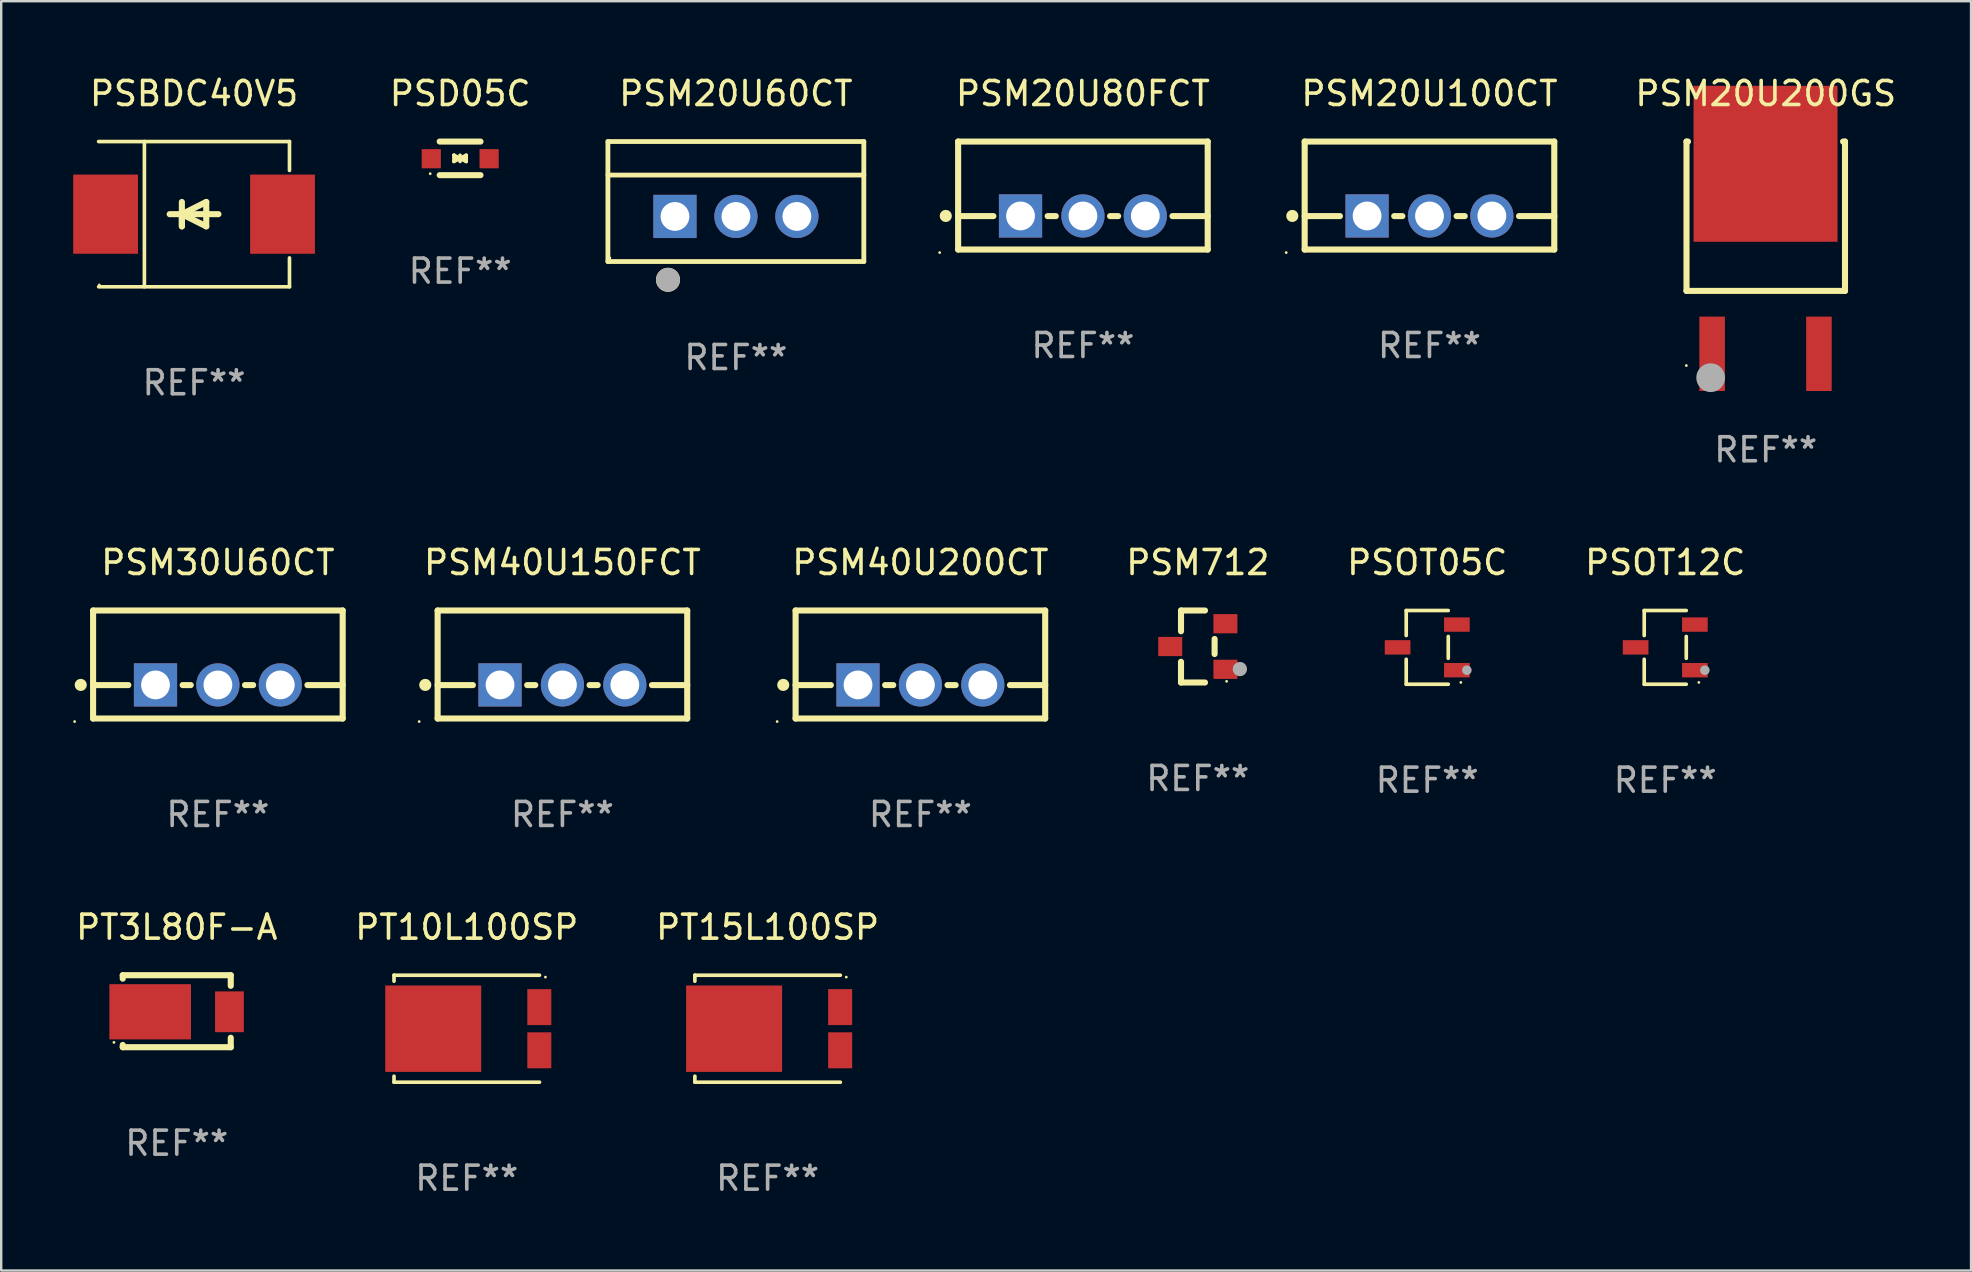
<source format=kicad_pcb>
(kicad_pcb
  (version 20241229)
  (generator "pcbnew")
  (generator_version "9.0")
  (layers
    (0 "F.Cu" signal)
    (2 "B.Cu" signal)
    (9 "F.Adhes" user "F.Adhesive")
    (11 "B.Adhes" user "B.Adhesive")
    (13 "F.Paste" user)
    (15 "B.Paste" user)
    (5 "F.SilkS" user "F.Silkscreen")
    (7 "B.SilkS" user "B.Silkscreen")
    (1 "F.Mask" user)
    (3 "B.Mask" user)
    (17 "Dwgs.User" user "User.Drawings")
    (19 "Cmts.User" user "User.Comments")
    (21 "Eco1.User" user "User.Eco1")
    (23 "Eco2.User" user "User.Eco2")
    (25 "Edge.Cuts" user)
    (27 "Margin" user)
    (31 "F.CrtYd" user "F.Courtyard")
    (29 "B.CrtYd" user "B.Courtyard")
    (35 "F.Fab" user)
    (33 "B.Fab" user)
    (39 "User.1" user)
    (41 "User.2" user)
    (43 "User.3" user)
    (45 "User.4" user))
  (footprint "PSM40U200CT"
    (layer "F.Cu")
    (at 35.301 24.639)
    (property "Reference" "PSM40U200CT" (at 0 -4.25 0) (layer "F.SilkS") (effects (font (size 1 1) (thickness 0.15))))
    (attr through_hole)
    (fp_line (start -5.2 -2.25) (end -5.2 2.25) (stroke (width 0.254) (type solid)) (layer "F.SilkS"))
    (fp_line (start -5.2 -2.25) (end 5.2 -2.25) (stroke (width 0.254) (type solid)) (layer "F.SilkS"))
    (fp_line (start -5.2 0.857) (end -3.731 0.857) (stroke (width 0.254) (type solid)) (layer "F.SilkS"))
    (fp_line (start -5.2 2.25) (end 5.2 2.25) (stroke (width 0.254) (type solid)) (layer "F.SilkS"))
    (fp_line (start -1.469 0.857) (end -1.131 0.857) (stroke (width 0.254) (type solid)) (layer "F.SilkS"))
    (fp_line (start 1.131 0.857) (end 1.469 0.857) (stroke (width 0.254) (type solid)) (layer "F.SilkS"))
    (fp_line (start 3.731 0.857) (end 5.2 0.857) (stroke (width 0.254) (type solid)) (layer "F.SilkS"))
    (fp_line (start 5.2 -2.25) (end 5.2 2.25) (stroke (width 0.254) (type solid)) (layer "F.SilkS"))
    (fp_circle (center -5.969 2.377) (end -5.939 2.377) (stroke (width 0.06) (type solid)) (fill no) (layer "F.SilkS"))
    (fp_circle (center -5.715 0.85) (end -5.588 0.85) (stroke (width 0.254) (type solid)) (fill no) (layer "F.SilkS"))
    (fp_text user "REF**" (at 0 6.25 0) (layer "F.Fab") (effects (font (size 1 1) (thickness 0.15))))
    (pad "1" thru_hole rect (at -2.6 0.85) (size 1.8 1.8) (drill 1.2) (layers "*.Cu" "*.Mask"))
    (pad "2" thru_hole circle (at 0 0.85) (size 1.8 1.8) (drill 1.2) (layers "*.Cu" "*.Mask"))
    (pad "3" thru_hole circle (at 2.6 0.85) (size 1.8 1.8) (drill 1.2) (layers "*.Cu" "*.Mask")))
  (footprint "PSM30U60CT"
    (layer "F.Cu")
    (at 6.029 24.639)
    (property "Reference" "PSM30U60CT" (at 0 -4.25 0) (layer "F.SilkS") (effects (font (size 1 1) (thickness 0.15))))
    (attr through_hole)
    (fp_line (start -5.2 -2.25) (end -5.2 2.25) (stroke (width 0.254) (type solid)) (layer "F.SilkS"))
    (fp_line (start -5.2 -2.25) (end 5.2 -2.25) (stroke (width 0.254) (type solid)) (layer "F.SilkS"))
    (fp_line (start -5.2 0.857) (end -3.731 0.857) (stroke (width 0.254) (type solid)) (layer "F.SilkS"))
    (fp_line (start -5.2 2.25) (end 5.2 2.25) (stroke (width 0.254) (type solid)) (layer "F.SilkS"))
    (fp_line (start -1.469 0.857) (end -1.131 0.857) (stroke (width 0.254) (type solid)) (layer "F.SilkS"))
    (fp_line (start 1.131 0.857) (end 1.469 0.857) (stroke (width 0.254) (type solid)) (layer "F.SilkS"))
    (fp_line (start 3.731 0.857) (end 5.2 0.857) (stroke (width 0.254) (type solid)) (layer "F.SilkS"))
    (fp_line (start 5.2 -2.25) (end 5.2 2.25) (stroke (width 0.254) (type solid)) (layer "F.SilkS"))
    (fp_circle (center -5.969 2.377) (end -5.939 2.377) (stroke (width 0.06) (type solid)) (fill no) (layer "F.SilkS"))
    (fp_circle (center -5.715 0.85) (end -5.588 0.85) (stroke (width 0.254) (type solid)) (fill no) (layer "F.SilkS"))
    (fp_text user "REF**" (at 0 6.25 0) (layer "F.Fab") (effects (font (size 1 1) (thickness 0.15))))
    (pad "1" thru_hole rect (at -2.6 0.85) (size 1.8 1.8) (drill 1.2) (layers "*.Cu" "*.Mask"))
    (pad "2" thru_hole circle (at 0 0.85) (size 1.8 1.8) (drill 1.2) (layers "*.Cu" "*.Mask"))
    (pad "3" thru_hole circle (at 2.6 0.85) (size 1.8 1.8) (drill 1.2) (layers "*.Cu" "*.Mask")))
  (footprint "PT15L100SP"
    (layer "F.Cu")
    (at 28.935 39.814)
    (property "Reference" "PT15L100SP" (at 0 -4.229 0) (layer "F.SilkS") (effects (font (size 1 1) (thickness 0.15))))
    (attr through_hole)
    (fp_line (start -3.031 -2.229) (end -3.031 -1.98) (stroke (width 0.152) (type solid)) (layer "F.SilkS"))
    (fp_line (start -3.031 1.98) (end -3.031 2.229) (stroke (width 0.152) (type solid)) (layer "F.SilkS"))
    (fp_line (start 3.031 -2.229) (end -3.031 -2.229) (stroke (width 0.152) (type solid)) (layer "F.SilkS"))
    (fp_line (start 3.031 2.229) (end -3.031 2.229) (stroke (width 0.152) (type solid)) (layer "F.SilkS"))
    (fp_circle (center 3.278 -2.15) (end 3.308 -2.15) (stroke (width 0.06) (type solid)) (fill no) (layer "F.SilkS"))
    (fp_text user "REF**" (at 0 6.229 0) (layer "F.Fab") (effects (font (size 1 1) (thickness 0.15))))
    (pad "1" smd rect (at 3.023 -0.9) (size 1 1.5) (layers "F.Cu" "F.Mask" "F.Paste"))
    (pad "2" smd rect (at 3.023 0.9) (size 1 1.5) (layers "F.Cu" "F.Mask" "F.Paste"))
    (pad "3" smd rect (at -1.397 0) (size 4 3.6) (layers "F.Cu" "F.Mask" "F.Paste")))
  (footprint "PSM20U200GS"
    (layer "F.Cu")
    (at 70.525 7.27)
    (property "Reference" "PSM20U200GS" (at 0 -6.422 0) (layer "F.SilkS") (effects (font (size 1 1) (thickness 0.15))))
    (attr through_hole)
    (fp_line (start -3.302 -4.422) (end -3.302 1.801) (stroke (width 0.254) (type solid)) (layer "F.SilkS"))
    (fp_line (start -3.302 1.801) (end 3.302 1.801) (stroke (width 0.254) (type solid)) (layer "F.SilkS"))
    (fp_line (start -3.24 -4.422) (end -3.302 -4.422) (stroke (width 0.254) (type solid)) (layer "F.SilkS"))
    (fp_line (start 3.302 -4.422) (end 3.222 -4.422) (stroke (width 0.254) (type solid)) (layer "F.SilkS"))
    (fp_line (start 3.302 1.801) (end 3.302 -4.422) (stroke (width 0.254) (type solid)) (layer "F.SilkS"))
    (fp_circle (center -3.309 4.912) (end -3.279 4.912) (stroke (width 0.06) (type solid)) (fill no) (layer "F.SilkS"))
    (fp_circle (center -2.295 5.417) (end -1.995 5.417) (stroke (width 0.6) (type solid)) (fill no) (layer "F.Fab"))
    (fp_text user "REF**" (at 0 8.422 0) (layer "F.Fab") (effects (font (size 1 1) (thickness 0.15))))
    (pad "1" smd rect (at -2.234 4.422 270) (size 3.1 1.064) (layers "F.Cu" "F.Mask" "F.Paste"))
    (pad "2" smd rect (at -0.009 -3.495 270) (size 6.5 6) (layers "F.Cu" "F.Mask" "F.Paste"))
    (pad "3" smd rect (at 2.216 4.422 270) (size 3.1 1.064) (layers "F.Cu" "F.Mask" "F.Paste")))
  (footprint "PSOT12C"
    (layer "F.Cu")
    (at 66.337 23.925)
    (property "Reference" "PSOT12C" (at 0 -3.536 0) (layer "F.SilkS") (effects (font (size 1 1) (thickness 0.15))))
    (attr through_hole)
    (fp_line (start -0.876 -1.536) (end -0.876 -0.495) (stroke (width 0.152) (type solid)) (layer "F.SilkS"))
    (fp_line (start -0.876 1.536) (end -0.876 0.495) (stroke (width 0.152) (type solid)) (layer "F.SilkS"))
    (fp_line (start 0.876 -1.536) (end -0.876 -1.536) (stroke (width 0.152) (type solid)) (layer "F.SilkS"))
    (fp_line (start 0.876 -0.455) (end 0.876 0.455) (stroke (width 0.152) (type solid)) (layer "F.SilkS"))
    (fp_line (start 0.876 1.536) (end -0.876 1.536) (stroke (width 0.152) (type solid)) (layer "F.SilkS"))
    (fp_circle (center 1.4 1.46) (end 1.43 1.46) (stroke (width 0.06) (type solid)) (fill no) (layer "F.SilkS"))
    (fp_circle (center 1.651 0.95) (end 1.751 0.95) (stroke (width 0.2) (type solid)) (fill no) (layer "F.Fab"))
    (fp_text user "REF**" (at 0 5.536 0) (layer "F.Fab") (effects (font (size 1 1) (thickness 0.15))))
    (pad "1" smd rect (at 1.235 0.95) (size 1.07 0.6) (layers "F.Cu" "F.Mask" "F.Paste"))
    (pad "2" smd rect (at 1.235 -0.95) (size 1.07 0.6) (layers "F.Cu" "F.Mask" "F.Paste"))
    (pad "3" smd rect (at -1.235 0) (size 1.07 0.6) (layers "F.Cu" "F.Mask" "F.Paste")))
  (footprint "PSM712"
    (layer "F.Cu")
    (at 46.86 23.889)
    (property "Reference" "PSM712" (at 0 -3.5 0) (layer "F.SilkS") (effects (font (size 1 1) (thickness 0.15))))
    (attr through_hole)
    (fp_line (start -0.7 -1.5) (end 0.3 -1.5) (stroke (width 0.254) (type solid)) (layer "F.SilkS"))
    (fp_line (start -0.7 -0.636) (end -0.7 -1.5) (stroke (width 0.254) (type solid)) (layer "F.SilkS"))
    (fp_line (start -0.7 1.5) (end -0.7 0.636) (stroke (width 0.254) (type solid)) (layer "F.SilkS"))
    (fp_line (start -0.7 1.5) (end 0.3 1.5) (stroke (width 0.254) (type solid)) (layer "F.SilkS"))
    (fp_line (start 0.7 0.314) (end 0.7 -0.314) (stroke (width 0.254) (type solid)) (layer "F.SilkS"))
    (fp_circle (center 1.2 1.45) (end 1.23 1.45) (stroke (width 0.06) (type solid)) (fill no) (layer "F.SilkS"))
    (fp_circle (center 1.753 0.94) (end 1.903 0.94) (stroke (width 0.3) (type solid)) (fill no) (layer "F.Fab"))
    (fp_text user "REF**" (at 0 5.5 0) (layer "F.Fab") (effects (font (size 1 1) (thickness 0.15))))
    (pad "1" smd rect (at 1.15 0.95 180) (size 1 0.8) (layers "F.Cu" "F.Mask" "F.Paste"))
    (pad "2" smd rect (at 1.15 -0.95 180) (size 1 0.8) (layers "F.Cu" "F.Mask" "F.Paste"))
    (pad "3" smd rect (at -1.15 -0.000051 180) (size 1 0.8) (layers "F.Cu" "F.Mask" "F.Paste")))
  (footprint "PSM20U100CT"
    (layer "F.Cu")
    (at 56.513 5.098)
    (property "Reference" "PSM20U100CT" (at 0 -4.25 0) (layer "F.SilkS") (effects (font (size 1 1) (thickness 0.15))))
    (attr through_hole)
    (fp_line (start -5.2 -2.25) (end -5.2 2.25) (stroke (width 0.254) (type solid)) (layer "F.SilkS"))
    (fp_line (start -5.2 -2.25) (end 5.2 -2.25) (stroke (width 0.254) (type solid)) (layer "F.SilkS"))
    (fp_line (start -5.2 0.857) (end -3.731 0.857) (stroke (width 0.254) (type solid)) (layer "F.SilkS"))
    (fp_line (start -5.2 2.25) (end 5.2 2.25) (stroke (width 0.254) (type solid)) (layer "F.SilkS"))
    (fp_line (start -1.469 0.857) (end -1.131 0.857) (stroke (width 0.254) (type solid)) (layer "F.SilkS"))
    (fp_line (start 1.131 0.857) (end 1.469 0.857) (stroke (width 0.254) (type solid)) (layer "F.SilkS"))
    (fp_line (start 3.731 0.857) (end 5.2 0.857) (stroke (width 0.254) (type solid)) (layer "F.SilkS"))
    (fp_line (start 5.2 -2.25) (end 5.2 2.25) (stroke (width 0.254) (type solid)) (layer "F.SilkS"))
    (fp_circle (center -5.969 2.377) (end -5.939 2.377) (stroke (width 0.06) (type solid)) (fill no) (layer "F.SilkS"))
    (fp_circle (center -5.715 0.85) (end -5.588 0.85) (stroke (width 0.254) (type solid)) (fill no) (layer "F.SilkS"))
    (fp_text user "REF**" (at 0 6.25 0) (layer "F.Fab") (effects (font (size 1 1) (thickness 0.15))))
    (pad "1" thru_hole rect (at -2.6 0.85) (size 1.8 1.8) (drill 1.2) (layers "*.Cu" "*.Mask"))
    (pad "2" thru_hole circle (at 0 0.85) (size 1.8 1.8) (drill 1.2) (layers "*.Cu" "*.Mask"))
    (pad "3" thru_hole circle (at 2.6 0.85) (size 1.8 1.8) (drill 1.2) (layers "*.Cu" "*.Mask")))
  (footprint "PSBDC40V5"
    (layer "F.Cu")
    (at 5.036 5.874)
    (property "Reference" "PSBDC40V5" (at 0 -5.026 0) (layer "F.SilkS") (effects (font (size 1 1) (thickness 0.15))))
    (attr through_hole)
    (fp_line (start -3.976 -3.026) (end 3.976 -3.026) (stroke (width 0.152) (type solid)) (layer "F.SilkS"))
    (fp_line (start -3.976 3.026) (end 3.976 3.026) (stroke (width 0.152) (type solid)) (layer "F.SilkS"))
    (fp_line (start -2.069 -3.026) (end -2.069 3.026) (stroke (width 0.152) (type solid)) (layer "F.SilkS"))
    (fp_line (start -0.508 0) (end -0.508 0.508) (stroke (width 0.254) (type solid)) (layer "F.SilkS"))
    (fp_line (start -0.508 0) (end 0.508 0.508) (stroke (width 0.254) (type solid)) (layer "F.SilkS"))
    (fp_line (start -0.508 0.508) (end -0.508 -0.508) (stroke (width 0.254) (type solid)) (layer "F.SilkS"))
    (fp_line (start 0.508 -0.508) (end -0.508 0) (stroke (width 0.254) (type solid)) (layer "F.SilkS"))
    (fp_line (start 0.508 0.508) (end 0.508 -0.508) (stroke (width 0.254) (type solid)) (layer "F.SilkS"))
    (fp_line (start 1.016 0) (end -1.016 0) (stroke (width 0.254) (type solid)) (layer "F.SilkS"))
    (fp_line (start 3.976 -3.026) (end 3.976 -1.823) (stroke (width 0.152) (type solid)) (layer "F.SilkS"))
    (fp_line (start 3.976 3.026) (end 3.976 1.823) (stroke (width 0.152) (type solid)) (layer "F.SilkS"))
    (fp_circle (center -3.95 2.95) (end -3.92 2.95) (stroke (width 0.06) (type solid)) (fill no) (layer "F.SilkS"))
    (fp_text user "REF**" (at 0 7.026 0) (layer "F.Fab") (effects (font (size 1 1) (thickness 0.15))))
    (pad "1" smd rect (at -3.686 0) (size 2.7 3.3) (layers "F.Cu" "F.Mask" "F.Paste"))
    (pad "2" smd rect (at 3.686 0) (size 2.7 3.3) (layers "F.Cu" "F.Mask" "F.Paste")))
  (footprint "PSM20U80FCT"
    (layer "F.Cu")
    (at 42.073 5.098)
    (property "Reference" "PSM20U80FCT" (at 0 -4.25 0) (layer "F.SilkS") (effects (font (size 1 1) (thickness 0.15))))
    (attr through_hole)
    (fp_line (start -5.2 -2.25) (end -5.2 2.25) (stroke (width 0.254) (type solid)) (layer "F.SilkS"))
    (fp_line (start -5.2 -2.25) (end 5.2 -2.25) (stroke (width 0.254) (type solid)) (layer "F.SilkS"))
    (fp_line (start -5.2 0.857) (end -3.731 0.857) (stroke (width 0.254) (type solid)) (layer "F.SilkS"))
    (fp_line (start -5.2 2.25) (end 5.2 2.25) (stroke (width 0.254) (type solid)) (layer "F.SilkS"))
    (fp_line (start -1.469 0.857) (end -1.131 0.857) (stroke (width 0.254) (type solid)) (layer "F.SilkS"))
    (fp_line (start 1.131 0.857) (end 1.469 0.857) (stroke (width 0.254) (type solid)) (layer "F.SilkS"))
    (fp_line (start 3.731 0.857) (end 5.2 0.857) (stroke (width 0.254) (type solid)) (layer "F.SilkS"))
    (fp_line (start 5.2 -2.25) (end 5.2 2.25) (stroke (width 0.254) (type solid)) (layer "F.SilkS"))
    (fp_circle (center -5.969 2.377) (end -5.939 2.377) (stroke (width 0.06) (type solid)) (fill no) (layer "F.SilkS"))
    (fp_circle (center -5.715 0.85) (end -5.588 0.85) (stroke (width 0.254) (type solid)) (fill no) (layer "F.SilkS"))
    (fp_text user "REF**" (at 0 6.25 0) (layer "F.Fab") (effects (font (size 1 1) (thickness 0.15))))
    (pad "1" thru_hole rect (at -2.6 0.85) (size 1.8 1.8) (drill 1.2) (layers "*.Cu" "*.Mask"))
    (pad "2" thru_hole circle (at 0 0.85) (size 1.8 1.8) (drill 1.2) (layers "*.Cu" "*.Mask"))
    (pad "3" thru_hole circle (at 2.6 0.85) (size 1.8 1.8) (drill 1.2) (layers "*.Cu" "*.Mask")))
  (footprint "PSM40U150FCT"
    (layer "F.Cu")
    (at 20.385 24.639)
    (property "Reference" "PSM40U150FCT" (at 0 -4.25 0) (layer "F.SilkS") (effects (font (size 1 1) (thickness 0.15))))
    (attr through_hole)
    (fp_line (start -5.2 -2.25) (end -5.2 2.25) (stroke (width 0.254) (type solid)) (layer "F.SilkS"))
    (fp_line (start -5.2 -2.25) (end 5.2 -2.25) (stroke (width 0.254) (type solid)) (layer "F.SilkS"))
    (fp_line (start -5.2 0.857) (end -3.731 0.857) (stroke (width 0.254) (type solid)) (layer "F.SilkS"))
    (fp_line (start -5.2 2.25) (end 5.2 2.25) (stroke (width 0.254) (type solid)) (layer "F.SilkS"))
    (fp_line (start -1.469 0.857) (end -1.131 0.857) (stroke (width 0.254) (type solid)) (layer "F.SilkS"))
    (fp_line (start 1.131 0.857) (end 1.469 0.857) (stroke (width 0.254) (type solid)) (layer "F.SilkS"))
    (fp_line (start 3.731 0.857) (end 5.2 0.857) (stroke (width 0.254) (type solid)) (layer "F.SilkS"))
    (fp_line (start 5.2 -2.25) (end 5.2 2.25) (stroke (width 0.254) (type solid)) (layer "F.SilkS"))
    (fp_circle (center -5.969 2.377) (end -5.939 2.377) (stroke (width 0.06) (type solid)) (fill no) (layer "F.SilkS"))
    (fp_circle (center -5.715 0.85) (end -5.588 0.85) (stroke (width 0.254) (type solid)) (fill no) (layer "F.SilkS"))
    (fp_text user "REF**" (at 0 6.25 0) (layer "F.Fab") (effects (font (size 1 1) (thickness 0.15))))
    (pad "1" thru_hole rect (at -2.6 0.85) (size 1.8 1.8) (drill 1.2) (layers "*.Cu" "*.Mask"))
    (pad "2" thru_hole circle (at 0 0.85) (size 1.8 1.8) (drill 1.2) (layers "*.Cu" "*.Mask"))
    (pad "3" thru_hole circle (at 2.6 0.85) (size 1.8 1.8) (drill 1.2) (layers "*.Cu" "*.Mask")))
  (footprint "PT3L80F-A"
    (layer "F.Cu")
    (at 4.315 39.085)
    (property "Reference" "PT3L80F-A" (at 0 -3.5 0) (layer "F.SilkS") (effects (font (size 1 1) (thickness 0.15))))
    (attr through_hole)
    (fp_line (start -2.25 1.5) (end -2.25 1.405) (stroke (width 0.254) (type solid)) (layer "F.SilkS"))
    (fp_line (start -2.25 -1.5) (end -2.25 -1.357) (stroke (width 0.254) (type solid)) (layer "F.SilkS"))
    (fp_line (start -2.25 -1.5) (end 2.25 -1.5) (stroke (width 0.254) (type solid)) (layer "F.SilkS"))
    (fp_line (start 2.25 1.5) (end -2.25 1.5) (stroke (width 0.254) (type solid)) (layer "F.SilkS"))
    (fp_line (start 2.25 -1.5) (end 2.25 -1.057) (stroke (width 0.254) (type solid)) (layer "F.SilkS"))
    (fp_line (start 2.25 1.105) (end 2.25 1.5) (stroke (width 0.254) (type solid)) (layer "F.SilkS"))
    (fp_circle (center -2.618 1.299) (end -2.588 1.299) (stroke (width 0.06) (type solid)) (fill no) (layer "F.SilkS"))
    (fp_text user "REF**" (at 0 5.5 0) (layer "F.Fab") (effects (font (size 1 1) (thickness 0.15))))
    (pad "1" smd rect (at -1.107 0.024) (size 3.4 2.3) (layers "F.Cu" "F.Mask" "F.Paste"))
    (pad "2" smd rect (at 2.195 0.024) (size 1.2 1.7) (layers "F.Cu" "F.Mask" "F.Paste")))
  (footprint "PSM20U60CT"
    (layer "F.Cu")
    (at 27.612 5.348)
    (property "Reference" "PSM20U60CT" (at 0 -4.5 0) (layer "F.SilkS") (effects (font (size 1 1) (thickness 0.15))))
    (attr through_hole)
    (fp_line (start -5.332 2.5) (end -5.332 -2.5) (stroke (width 0.201) (type solid)) (layer "F.SilkS"))
    (fp_line (start -5.328 -2.5) (end 5.332 -2.5) (stroke (width 0.201) (type solid)) (layer "F.SilkS"))
    (fp_line (start -5.328 -1.104) (end 5.332 -1.104) (stroke (width 0.201) (type solid)) (layer "F.SilkS"))
    (fp_line (start 5.332 -2.5) (end 5.332 2.5) (stroke (width 0.201) (type solid)) (layer "F.SilkS"))
    (fp_line (start 5.332 2.5) (end -5.332 2.5) (stroke (width 0.201) (type solid)) (layer "F.SilkS"))
    (fp_circle (center -5.248 2.35) (end -5.218 2.35) (stroke (width 0.06) (type solid)) (fill no) (layer "F.SilkS"))
    (fp_circle (center -2.828 3.26) (end -2.578 3.26) (stroke (width 0.5) (type solid)) (fill no) (layer "F.SilkS"))
    (fp_circle (center -2.828 3.26) (end -2.578 3.26) (stroke (width 0.5) (type solid)) (fill no) (layer "F.Fab"))
    (fp_text user "REF**" (at 0 6.5 0) (layer "F.Fab") (effects (font (size 1 1) (thickness 0.15))))
    (pad "1" thru_hole rect (at -2.538 0.62) (size 1.8 1.8) (drill 1.2) (layers "*.Cu" "*.Mask"))
    (pad "2" thru_hole circle (at 0.002 0.62) (size 1.8 1.8) (drill 1.2) (layers "*.Cu" "*.Mask"))
    (pad "3" thru_hole circle (at 2.542 0.62) (size 1.8 1.8) (drill 1.2) (layers "*.Cu" "*.Mask")))
  (footprint "PSOT05C"
    (layer "F.Cu")
    (at 56.42 23.925)
    (property "Reference" "PSOT05C" (at 0 -3.536 0) (layer "F.SilkS") (effects (font (size 1 1) (thickness 0.15))))
    (attr through_hole)
    (fp_line (start -0.876 -1.536) (end -0.876 -0.495) (stroke (width 0.152) (type solid)) (layer "F.SilkS"))
    (fp_line (start -0.876 1.536) (end -0.876 0.495) (stroke (width 0.152) (type solid)) (layer "F.SilkS"))
    (fp_line (start 0.876 -1.536) (end -0.876 -1.536) (stroke (width 0.152) (type solid)) (layer "F.SilkS"))
    (fp_line (start 0.876 -0.455) (end 0.876 0.455) (stroke (width 0.152) (type solid)) (layer "F.SilkS"))
    (fp_line (start 0.876 1.536) (end -0.876 1.536) (stroke (width 0.152) (type solid)) (layer "F.SilkS"))
    (fp_circle (center 1.4 1.46) (end 1.43 1.46) (stroke (width 0.06) (type solid)) (fill no) (layer "F.SilkS"))
    (fp_circle (center 1.651 0.95) (end 1.751 0.95) (stroke (width 0.2) (type solid)) (fill no) (layer "F.Fab"))
    (fp_text user "REF**" (at 0 5.536 0) (layer "F.Fab") (effects (font (size 1 1) (thickness 0.15))))
    (pad "1" smd rect (at 1.235 0.95) (size 1.07 0.6) (layers "F.Cu" "F.Mask" "F.Paste"))
    (pad "2" smd rect (at 1.235 -0.95) (size 1.07 0.6) (layers "F.Cu" "F.Mask" "F.Paste"))
    (pad "3" smd rect (at -1.235 0) (size 1.07 0.6) (layers "F.Cu" "F.Mask" "F.Paste")))
  (footprint "PSD05C"
    (layer "F.Cu")
    (at 16.126 3.548)
    (property "Reference" "PSD05C" (at 0 -2.7 0) (layer "F.SilkS") (effects (font (size 1 1) (thickness 0.15))))
    (attr through_hole)
    (fp_line (start -0.855 -0.7) (end 0.845 -0.7) (stroke (width 0.254) (type solid)) (layer "F.SilkS"))
    (fp_line (start -0.855 0.7) (end 0.845 0.7) (stroke (width 0.254) (type solid)) (layer "F.SilkS"))
    (fp_line (start -0.26 -0.127) (end -0.26 -0.127) (stroke (width 0.154) (type solid)) (layer "F.SilkS"))
    (fp_line (start -0.26 -0.127) (end -0.008 -0.003) (stroke (width 0.154) (type solid)) (layer "F.SilkS"))
    (fp_line (start -0.26 0.127) (end -0.26 -0.127) (stroke (width 0.154) (type solid)) (layer "F.SilkS"))
    (fp_line (start -0.133 0.000483) (end -0.003 0.000483) (stroke (width 0.154) (type solid)) (layer "F.SilkS"))
    (fp_line (start -0.009 0.000483) (end -0.26 0.127) (stroke (width 0.154) (type solid)) (layer "F.SilkS"))
    (fp_line (start -0.006 -0.127) (end -0.006 0.127) (stroke (width 0.154) (type solid)) (layer "F.SilkS"))
    (fp_line (start -0.003 0.000483) (end 0.248 -0.127) (stroke (width 0.154) (type solid)) (layer "F.SilkS"))
    (fp_line (start 0.121 0.000483) (end -0.009 0.000483) (stroke (width 0.154) (type solid)) (layer "F.SilkS"))
    (fp_line (start 0.248 -0.127) (end 0.248 0.127) (stroke (width 0.154) (type solid)) (layer "F.SilkS"))
    (fp_line (start 0.248 0.127) (end -0.004 0.004) (stroke (width 0.154) (type solid)) (layer "F.SilkS"))
    (fp_line (start 0.248 0.127) (end 0.248 0.127) (stroke (width 0.154) (type solid)) (layer "F.SilkS"))
    (fp_circle (center -1.25 0.64) (end -1.22 0.64) (stroke (width 0.06) (type solid)) (fill no) (layer "F.SilkS"))
    (fp_text user "REF**" (at 0 4.7 0) (layer "F.Fab") (effects (font (size 1 1) (thickness 0.15))))
    (pad "1" smd rect (at -1.205 0.015) (size 0.8 0.8) (layers "F.Cu" "F.Mask" "F.Paste"))
    (pad "2" smd rect (at 1.205 0.015) (size 0.8 0.8) (layers "F.Cu" "F.Mask" "F.Paste")))
  (footprint "PT10L100SP"
    (layer "F.Cu")
    (at 16.399 39.814)
    (property "Reference" "PT10L100SP" (at 0 -4.229 0) (layer "F.SilkS") (effects (font (size 1 1) (thickness 0.15))))
    (attr through_hole)
    (fp_line (start -3.031 -2.229) (end -3.031 -1.98) (stroke (width 0.152) (type solid)) (layer "F.SilkS"))
    (fp_line (start -3.031 1.98) (end -3.031 2.229) (stroke (width 0.152) (type solid)) (layer "F.SilkS"))
    (fp_line (start 3.031 -2.229) (end -3.031 -2.229) (stroke (width 0.152) (type solid)) (layer "F.SilkS"))
    (fp_line (start 3.031 2.229) (end -3.031 2.229) (stroke (width 0.152) (type solid)) (layer "F.SilkS"))
    (fp_circle (center 3.278 -2.15) (end 3.308 -2.15) (stroke (width 0.06) (type solid)) (fill no) (layer "F.SilkS"))
    (fp_text user "REF**" (at 0 6.229 0) (layer "F.Fab") (effects (font (size 1 1) (thickness 0.15))))
    (pad "1" smd rect (at 3.023 -0.9) (size 1 1.5) (layers "F.Cu" "F.Mask" "F.Paste"))
    (pad "2" smd rect (at 3.023 0.9) (size 1 1.5) (layers "F.Cu" "F.Mask" "F.Paste"))
    (pad "3" smd rect (at -1.397 0) (size 4 3.6) (layers "F.Cu" "F.Mask" "F.Paste")))
  (gr_rect
    (start -3 -3)
    (end 79.079 49.891)
    (stroke (width 0.1) (type default))
    (fill no)
    (layer "Edge.Cuts")))
</source>
